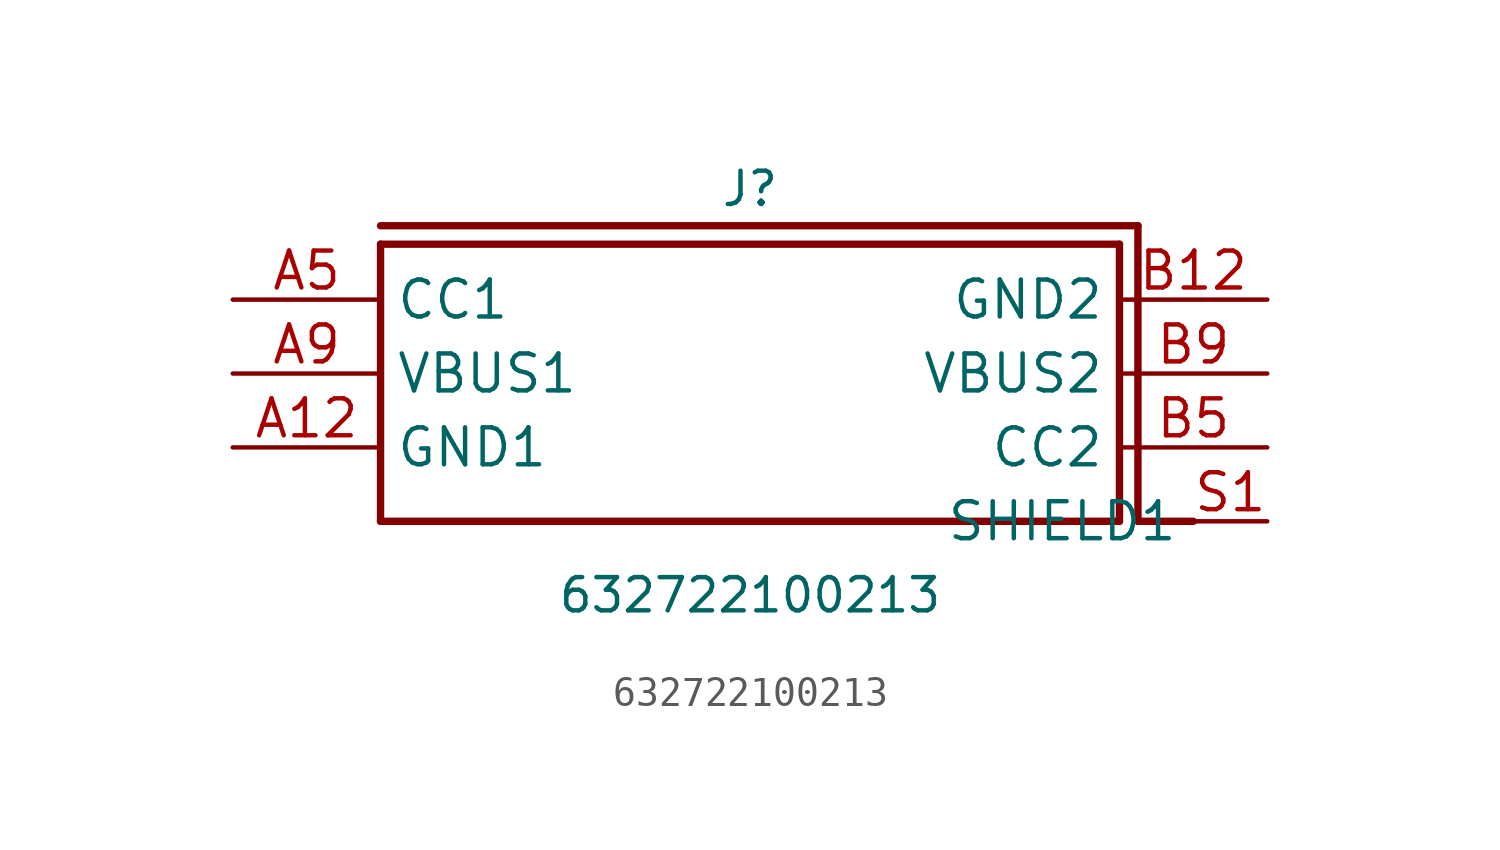
<source format=kicad_sym>
(kicad_symbol_lib
  (version 20220914)
  (generator kicad_symbol_editor)
  (symbol "632722100213"
    (property "Reference" "J"
      (at 0 6.35 0)
      (effects (font (size 1.143 1.143))))
    (property "Value" "632722100213"
      (at 0 -7.62 0)
      (effects (font (size 1.143 1.143))))
    (symbol "632722100213_1_0"
      (polyline (pts (xy -12.7 -5.08) (xy -12.7 4.445)) (stroke (width 0.254) (type solid)) (fill (type none)))
      (polyline (pts (xy -12.7 4.445) (xy 12.7 4.445)) (stroke (width 0.254) (type solid)) (fill (type none)))
      (polyline (pts (xy -12.7 5.08) (xy 13.335 5.08)) (stroke (width 0.254) (type solid)) (fill (type none)))
      (polyline (pts (xy 12.7 -5.08) (xy -12.7 -5.08)) (stroke (width 0.254) (type solid)) (fill (type none)))
      (polyline (pts (xy 12.7 4.445) (xy 12.7 -5.08)) (stroke (width 0.254) (type solid)) (fill (type none)))
      (polyline (pts (xy 13.335 -5.08) (xy 15.24 -5.08)) (stroke (width 0.254) (type solid)) (fill (type none)))
      (polyline (pts (xy 13.335 5.08) (xy 13.335 -5.08)) (stroke (width 0.254) (type solid)) (fill (type none)))
      (pin passive line (at 17.78 -5.08 180) (length 2.54) hide (name "SHIELD1" (effects (font (size 1.27 1.27)))) (number "S2" (effects (font (size 1.27 1.27))))))
    (symbol "632722100213_1_1"
      (pin power_in line (at -17.78 -2.54 0) (length 5.08) (name "GND1" (effects (font (size 1.27 1.27)))) (number "A12" (effects (font (size 1.27 1.27)))))
      (pin passive line (at -17.78 2.54 0) (length 5.08) (name "CC1" (effects (font (size 1.27 1.27)))) (number "A5" (effects (font (size 1.27 1.27)))))
      (pin bidirectional line (at -17.78 0 0) (length 5.08) (name "VBUS1" (effects (font (size 1.27 1.27)))) (number "A9" (effects (font (size 1.27 1.27)))))
      (pin power_in line (at 17.78 2.54 180) (length 5.08) (name "GND2" (effects (font (size 1.27 1.27)))) (number "B12" (effects (font (size 1.27 1.27)))))
      (pin passive line (at 17.78 -2.54 180) (length 5.08) (name "CC2" (effects (font (size 1.27 1.27)))) (number "B5" (effects (font (size 1.27 1.27)))))
      (pin bidirectional line (at 17.78 0 180) (length 5.08) (name "VBUS2" (effects (font (size 1.27 1.27)))) (number "B9" (effects (font (size 1.27 1.27)))))
      (pin passive line (at 17.78 -5.08 180) (length 2.54) (name "SHIELD1" (effects (font (size 1.27 1.27)))) (number "S1" (effects (font (size 1.27 1.27)))))
      (pin passive line (at 17.78 -5.08 180) (length 2.54) hide (name "SHIELD1" (effects (font (size 1.27 1.27)))) (number "S3" (effects (font (size 1.27 1.27)))))
      (pin passive line (at 17.78 -5.08 180) (length 2.54) hide (name "SHIELD1" (effects (font (size 1.27 1.27)))) (number "S4" (effects (font (size 1.27 1.27))))))))
</source>
